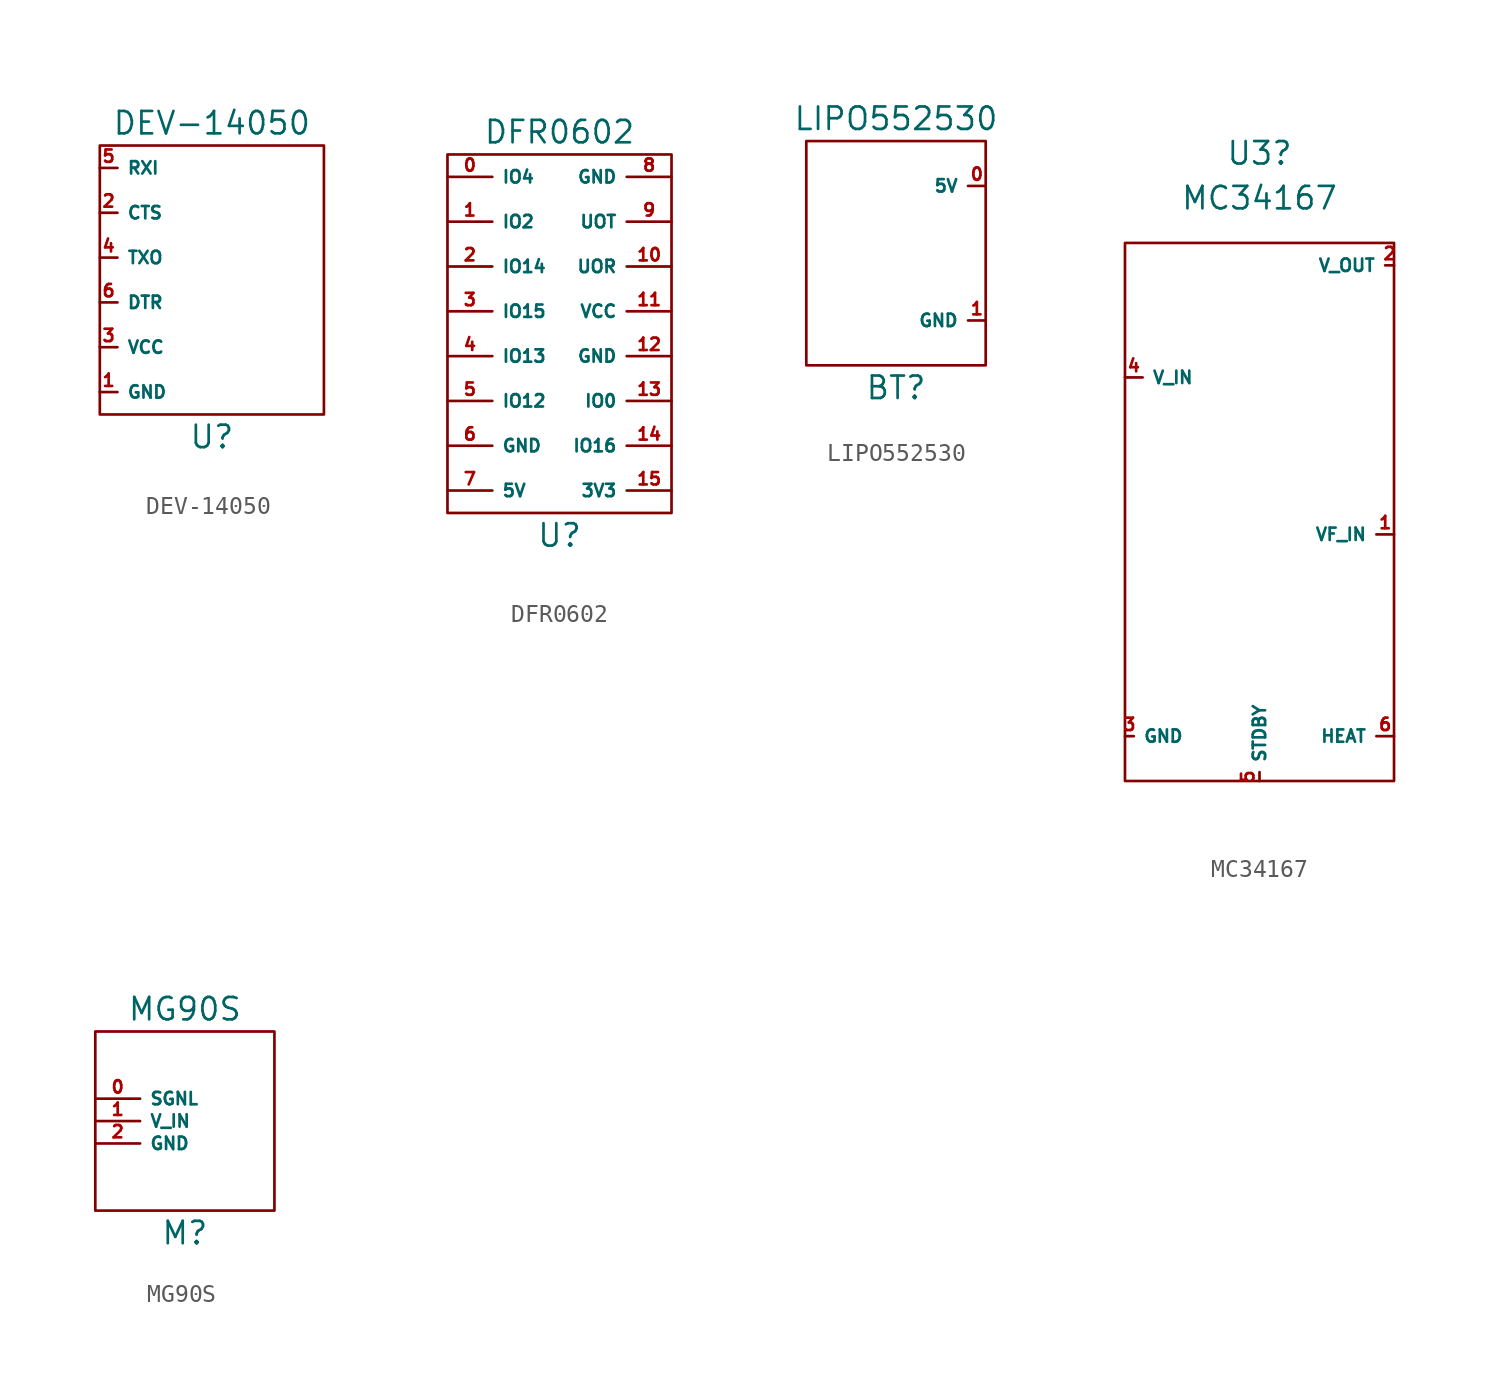
<source format=kicad_sym>
(kicad_symbol_lib
  (version 20211014)
  (generator kicad_symbol_editor)
  (symbol "DEV-14050"
    (property "Reference" "U"
      (at 0 -8.89 0)
      (effects (font (size 1.27 1.27))))
    (property "Value" "DEV-14050"
      (at 0 8.89 0)
      (effects (font (size 1.27 1.27))))
    (symbol "DEV-14050_0_1"
      (polyline (pts (xy -6.35 -7.62) (xy 6.35 -7.62) (xy 6.35 7.62) (xy -6.35 7.62) (xy -6.35 -7.62)) (stroke (width 0) (type default) (color 0 0 0 0)) (fill (type none))))
    (symbol "DEV-14050_1_1"
      (pin power_in line (at -6.35 -6.35 0) (length 1) (name "GND" (effects (font (size 0.7 0.7)))) (number "1" (effects (font (size 0.7 0.7)))))
      (pin bidirectional line (at -6.35 3.81 0) (length 1) (name "CTS" (effects (font (size 0.7 0.7)))) (number "2" (effects (font (size 0.7 0.7)))))
      (pin power_in line (at -6.35 -3.81 0) (length 1) (name "VCC" (effects (font (size 0.7 0.7)))) (number "3" (effects (font (size 0.7 0.7)))))
      (pin bidirectional line (at -6.35 1.27 0) (length 1) (name "TXO" (effects (font (size 0.7 0.7)))) (number "4" (effects (font (size 0.7 0.7)))))
      (pin bidirectional line (at -6.35 6.35 0) (length 1) (name "RXI" (effects (font (size 0.7 0.7)))) (number "5" (effects (font (size 0.7 0.7)))))
      (pin bidirectional line (at -6.35 -1.27 0) (length 1) (name "DTR" (effects (font (size 0.7 0.7)))) (number "6" (effects (font (size 0.7 0.7)))))))
  (symbol "DFR0602"
    (property "Reference" "U"
      (at 0 -7.62 0)
      (effects (font (size 1.27 1.27))))
    (property "Value" "DFR0602"
      (at 0 15.24 0)
      (effects (font (size 1.27 1.27))))
    (symbol "DFR0602_0_1"
      (polyline (pts (xy -6.35 -6.35) (xy 6.35 -6.35) (xy 6.35 13.97) (xy -6.35 13.97) (xy -6.35 -6.35)) (stroke (width 0) (type default) (color 0 0 0 0)) (fill (type none))))
    (symbol "DFR0602_1_1"
      (pin output line (at -6.35 12.7 0) (length 2.54) (name "IO4" (effects (font (size 0.7 0.7)))) (number "0" (effects (font (size 0.7 0.7)))))
      (pin output line (at -6.35 10.16 0) (length 2.54) (name "IO2" (effects (font (size 0.7 0.7)))) (number "1" (effects (font (size 0.7 0.7)))))
      (pin output line (at 6.35 7.62 180) (length 2.54) (name "UOR" (effects (font (size 0.7 0.7)))) (number "10" (effects (font (size 0.7 0.7)))))
      (pin power_out line (at 6.35 5.08 180) (length 2.54) (name "VCC" (effects (font (size 0.7 0.7)))) (number "11" (effects (font (size 0.7 0.7)))))
      (pin power_out line (at 6.35 2.54 180) (length 2.54) (name "GND" (effects (font (size 0.7 0.7)))) (number "12" (effects (font (size 0.7 0.7)))))
      (pin output line (at 6.35 0 180) (length 2.54) (name "IO0" (effects (font (size 0.7 0.7)))) (number "13" (effects (font (size 0.7 0.7)))))
      (pin output line (at 6.35 -2.54 180) (length 2.54) (name "IO16" (effects (font (size 0.7 0.7)))) (number "14" (effects (font (size 0.7 0.7)))))
      (pin power_out line (at 6.35 -5.08 180) (length 2.54) (name "3V3" (effects (font (size 0.7 0.7)))) (number "15" (effects (font (size 0.7 0.7)))))
      (pin output line (at -6.35 7.62 0) (length 2.54) (name "IO14" (effects (font (size 0.7 0.7)))) (number "2" (effects (font (size 0.7 0.7)))))
      (pin output line (at -6.35 5.08 0) (length 2.54) (name "IO15" (effects (font (size 0.7 0.7)))) (number "3" (effects (font (size 0.7 0.7)))))
      (pin output line (at -6.35 2.54 0) (length 2.54) (name "IO13" (effects (font (size 0.7 0.7)))) (number "4" (effects (font (size 0.7 0.7)))))
      (pin output line (at -6.35 0 0) (length 2.54) (name "IO12" (effects (font (size 0.7 0.7)))) (number "5" (effects (font (size 0.7 0.7)))))
      (pin power_in line (at -6.35 -2.54 0) (length 2.54) (name "GND" (effects (font (size 0.7 0.7)))) (number "6" (effects (font (size 0.7 0.7)))))
      (pin power_in line (at -6.35 -5.08 0) (length 2.54) (name "5V" (effects (font (size 0.7 0.7)))) (number "7" (effects (font (size 0.7 0.7)))))
      (pin power_in line (at 6.35 12.7 180) (length 2.54) (name "GND" (effects (font (size 0.7 0.7)))) (number "8" (effects (font (size 0.7 0.7)))))
      (pin output line (at 6.35 10.16 180) (length 2.54) (name "UOT" (effects (font (size 0.7 0.7)))) (number "9" (effects (font (size 0.7 0.7)))))))
  (symbol "LIPO552530"
    (property "Reference" "BT"
      (at 0 -7.62 0)
      (effects (font (size 1.27 1.27))))
    (property "Value" "LIPO552530"
      (at 0 7.62 0)
      (effects (font (size 1.27 1.27))))
    (symbol "LIPO552530_0_1"
      (polyline (pts (xy -5.08 -6.35) (xy 5.08 -6.35) (xy 5.08 6.35) (xy -5.08 6.35) (xy -5.08 -6.35)) (stroke (width 0) (type default) (color 0 0 0 0)) (fill (type none))))
    (symbol "LIPO552530_1_1"
      (pin power_out line (at 5.08 3.81 180) (length 1) (name "5V" (effects (font (size 0.7 0.7)))) (number "0" (effects (font (size 0.7 0.7)))))
      (pin power_out line (at 5.08 -3.81 180) (length 1) (name "GND" (effects (font (size 0.7 0.7)))) (number "1" (effects (font (size 0.7 0.7)))))))
  (symbol "MC34167"
    (property "Reference" "U3"
      (at 0 21.59 0)
      (effects (font (size 1.27 1.27))))
    (property "Value" "MC34167"
      (at 0 19.05 0)
      (effects (font (size 1.27 1.27))))
    (symbol "MC34167_0_1"
      (polyline (pts (xy -7.62 -13.97) (xy 7.62 -13.97) (xy 7.62 16.51) (xy -7.62 16.51) (xy -7.62 -13.97)) (stroke (width 0) (type default) (color 0 0 0 0)) (fill (type none))))
    (symbol "MC34167_1_1"
      (pin power_in line (at 7.62 0 180) (length 1) (name "VF_IN" (effects (font (size 0.7 0.7)))) (number "1" (effects (font (size 0.7 0.7)))))
      (pin power_out line (at 7.62 15.24 180) (length 0.5) (name "V_OUT" (effects (font (size 0.7 0.7)))) (number "2" (effects (font (size 0.7 0.7)))))
      (pin power_in line (at -7.62 -11.43 0) (length 0.5) (name "GND" (effects (font (size 0.7 0.7)))) (number "3" (effects (font (size 0.7 0.7)))))
      (pin power_in line (at -7.62 8.89 0) (length 1) (name "V_IN" (effects (font (size 0.7 0.7)))) (number "4" (effects (font (size 0.7 0.7)))))
      (pin output line (at 0 -13.97 90) (length 0.5) (name "STDBY" (effects (font (size 0.7 0.7)))) (number "5" (effects (font (size 0.7 0.7)))))
      (pin power_in line (at 7.62 -11.43 180) (length 1) (name "HEAT" (effects (font (size 0.7 0.7)))) (number "6" (effects (font (size 0.7 0.7)))))))
  (symbol "MG90S"
    (property "Reference" "M"
      (at 0 -6.35 0)
      (effects (font (size 1.27 1.27))))
    (property "Value" "MG90S"
      (at 0 6.35 0)
      (effects (font (size 1.27 1.27))))
    (symbol "MG90S_0_1"
      (polyline (pts (xy -5.08 -5.08) (xy 5.08 -5.08) (xy 5.08 5.08) (xy -5.08 5.08) (xy -5.08 -5.08) (xy -5.08 -5.08)) (stroke (width 0) (type default) (color 0 0 0 0)) (fill (type none))))
    (symbol "MG90S_1_1"
      (pin input line (at -5.08 1.27 0) (length 2.54) (name "SGNL" (effects (font (size 0.7 0.7)))) (number "0" (effects (font (size 0.7 0.7)))))
      (pin power_in line (at -5.08 0 0) (length 2.54) (name "V_IN" (effects (font (size 0.7 0.7)))) (number "1" (effects (font (size 0.7 0.7)))))
      (pin power_in line (at -5.08 -1.27 0) (length 2.54) (name "GND" (effects (font (size 0.7 0.7)))) (number "2" (effects (font (size 0.7 0.7))))))))
</source>
